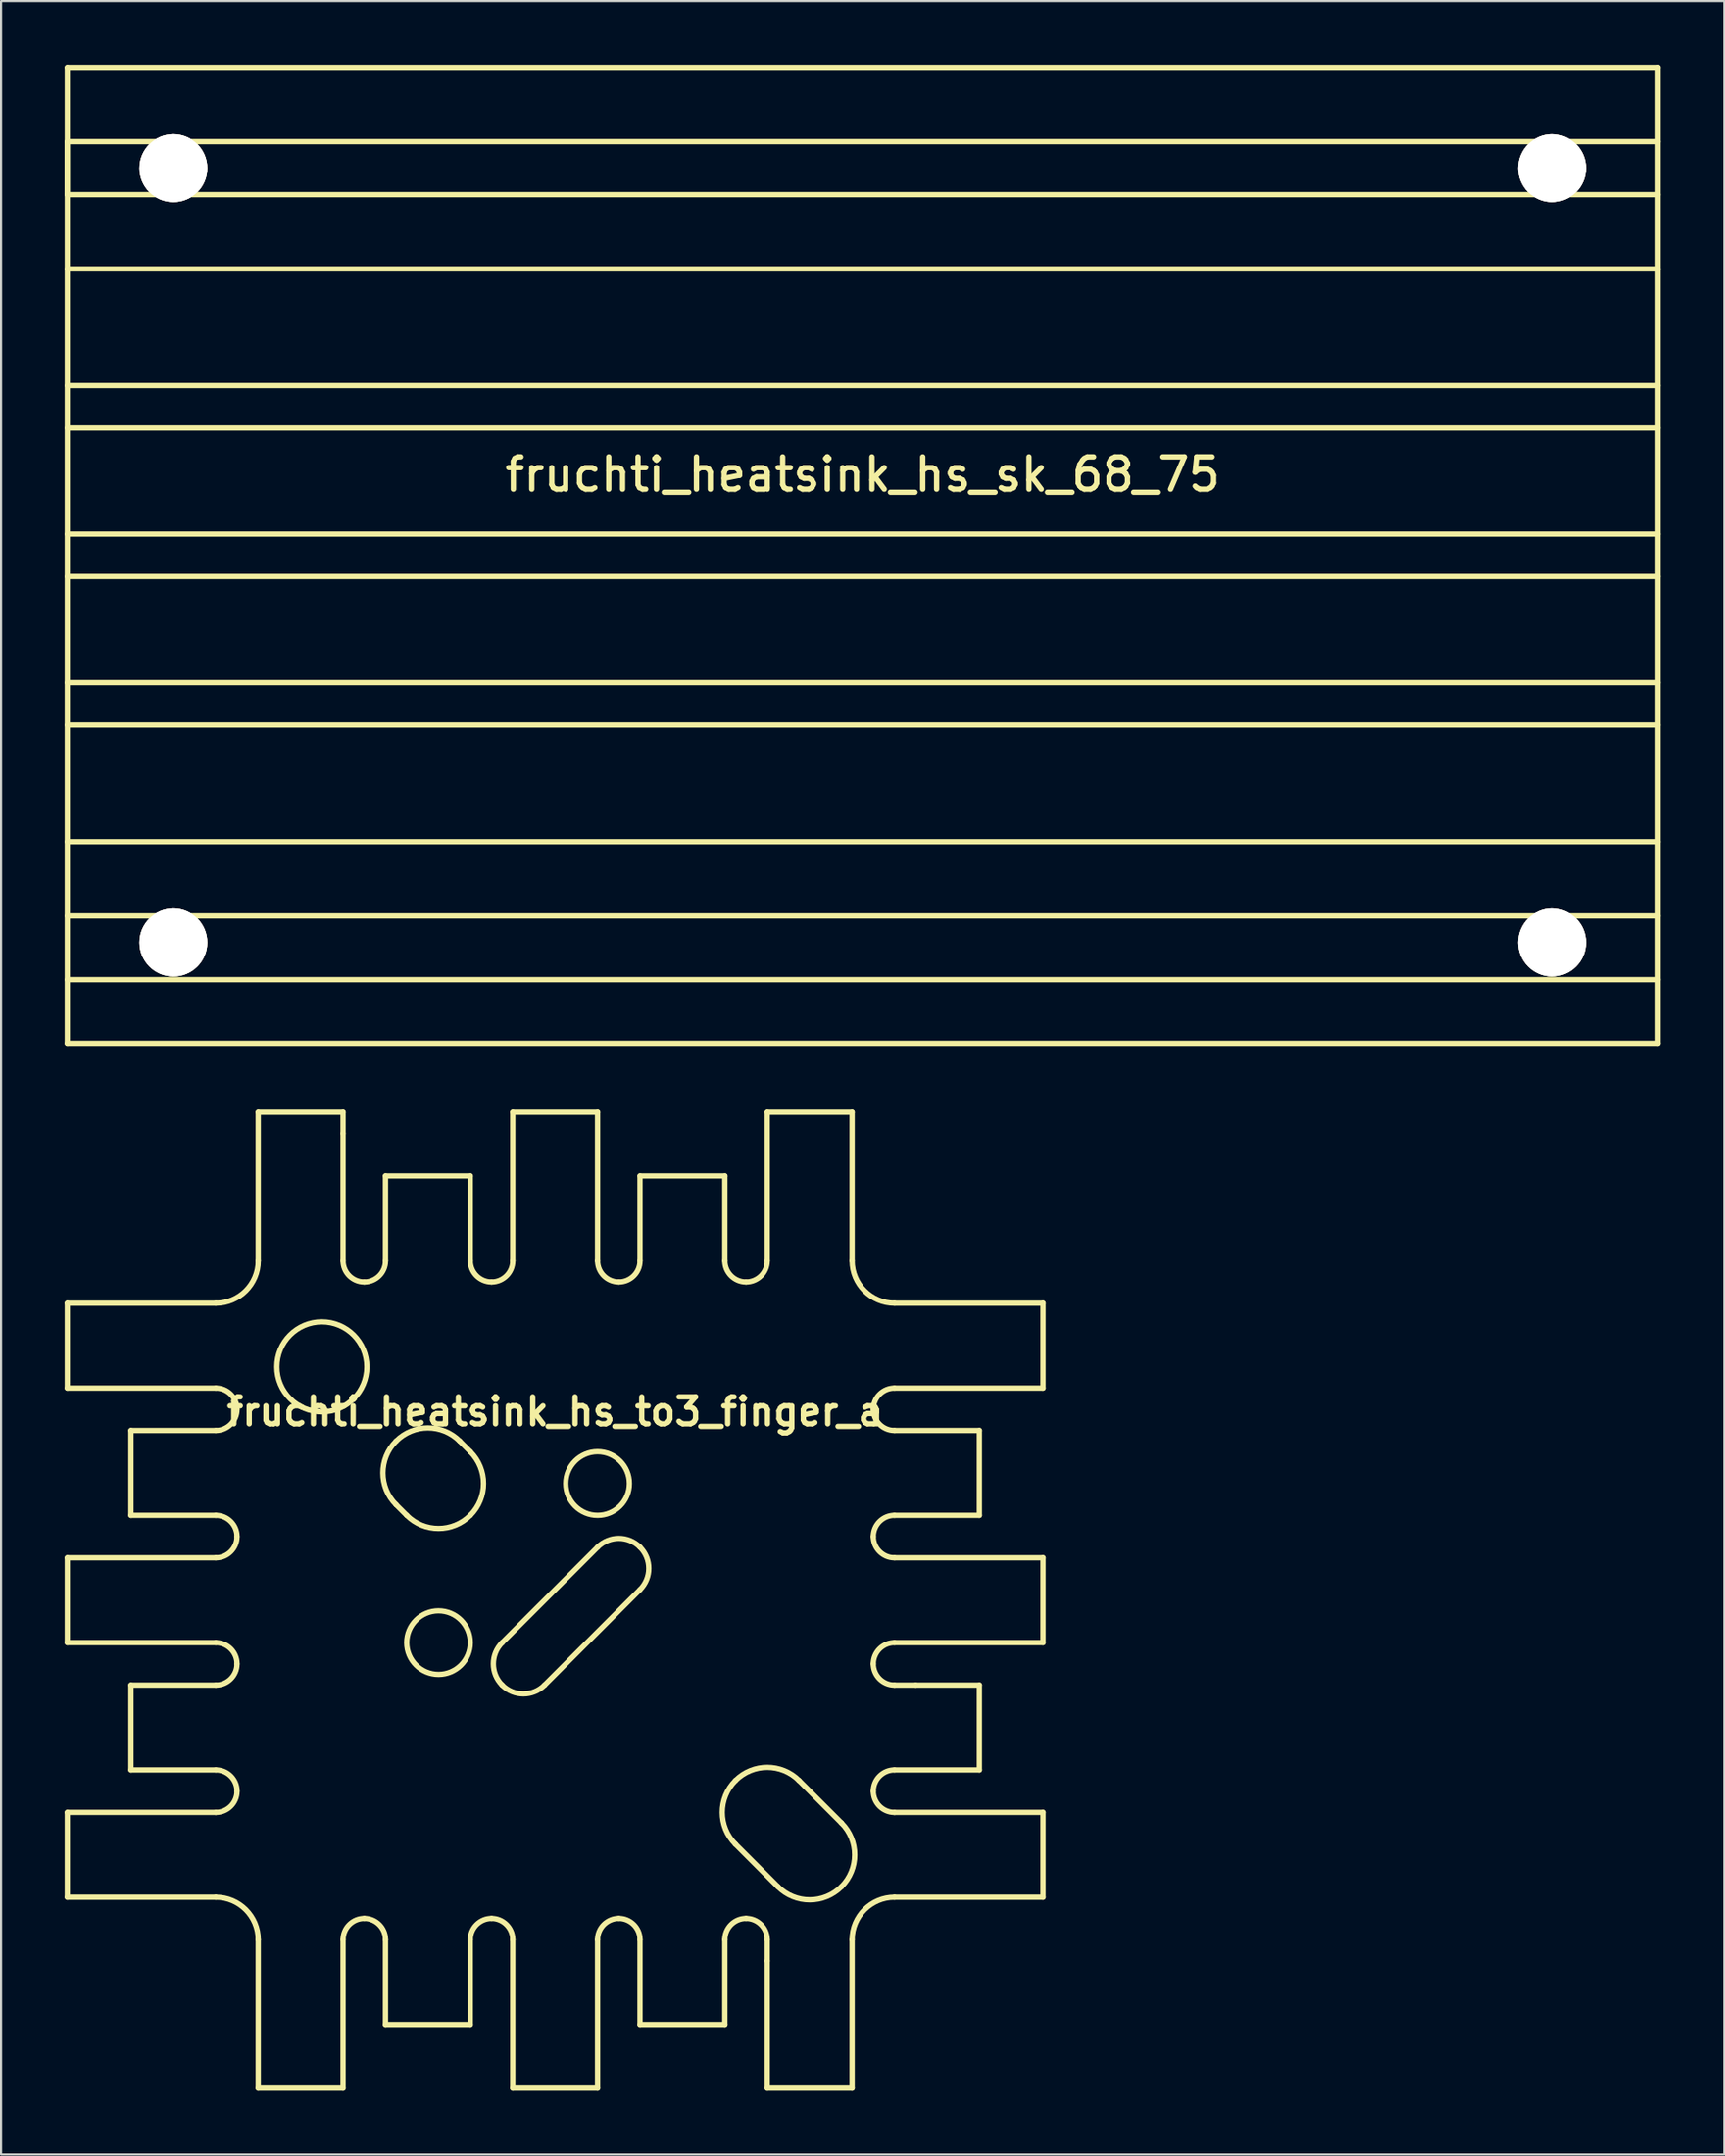
<source format=kicad_pcb>
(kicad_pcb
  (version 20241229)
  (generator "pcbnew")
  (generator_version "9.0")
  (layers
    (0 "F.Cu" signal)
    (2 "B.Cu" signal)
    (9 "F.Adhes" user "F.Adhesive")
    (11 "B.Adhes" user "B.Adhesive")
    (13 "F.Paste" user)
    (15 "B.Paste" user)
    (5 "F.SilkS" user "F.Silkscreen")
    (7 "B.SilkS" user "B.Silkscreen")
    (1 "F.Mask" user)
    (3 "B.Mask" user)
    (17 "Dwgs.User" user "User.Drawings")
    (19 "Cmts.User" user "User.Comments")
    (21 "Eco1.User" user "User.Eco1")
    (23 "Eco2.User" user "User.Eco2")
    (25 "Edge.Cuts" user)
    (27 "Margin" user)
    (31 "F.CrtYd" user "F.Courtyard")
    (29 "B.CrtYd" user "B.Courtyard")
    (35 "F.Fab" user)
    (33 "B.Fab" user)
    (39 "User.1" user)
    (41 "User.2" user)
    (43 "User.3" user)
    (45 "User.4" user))
  (footprint "fruchti_heatsink_hs_sk_68_75"
    (layer "F.Cu")
    (at 37.625 23.125)
    (property "Reference" "fruchti_heatsink_hs_sk_68_75" (at 0 -3.81 0) (layer "F.SilkS") (effects (font (size 1.524 1.524) (thickness 0.25))))
    (attr through_hole)
    (fp_line (start -37.5 -23) (end -37.5 23) (stroke (width 0.25) (type solid)) (layer "F.SilkS"))
    (fp_line (start -37.5 -19.5) (end -37.5 -17) (stroke (width 0.25) (type solid)) (layer "F.SilkS"))
    (fp_line (start -37.5 -17) (end 37.5 -17) (stroke (width 0.25) (type solid)) (layer "F.SilkS"))
    (fp_line (start -37.5 -13.5) (end 37.5 -13.5) (stroke (width 0.25) (type solid)) (layer "F.SilkS"))
    (fp_line (start -37.5 -6) (end 37.5 -6) (stroke (width 0.25) (type solid)) (layer "F.SilkS"))
    (fp_line (start -37.5 1) (end 37.5 1) (stroke (width 0.25) (type solid)) (layer "F.SilkS"))
    (fp_line (start -37.5 8) (end 37.5 8) (stroke (width 0.25) (type solid)) (layer "F.SilkS"))
    (fp_line (start -37.5 20) (end 37.5 20) (stroke (width 0.25) (type solid)) (layer "F.SilkS"))
    (fp_line (start -37.5 23) (end 37.5 23) (stroke (width 0.25) (type solid)) (layer "F.SilkS"))
    (fp_line (start 37.5 -23) (end -37.5 -23) (stroke (width 0.25) (type solid)) (layer "F.SilkS"))
    (fp_line (start 37.5 -19.5) (end -37.5 -19.5) (stroke (width 0.25) (type solid)) (layer "F.SilkS"))
    (fp_line (start 37.5 -8) (end -37.5 -8) (stroke (width 0.25) (type solid)) (layer "F.SilkS"))
    (fp_line (start 37.5 -1) (end -37.5 -1) (stroke (width 0.25) (type solid)) (layer "F.SilkS"))
    (fp_line (start 37.5 6) (end -37.5 6) (stroke (width 0.25) (type solid)) (layer "F.SilkS"))
    (fp_line (start 37.5 13.5) (end -37.5 13.5) (stroke (width 0.25) (type solid)) (layer "F.SilkS"))
    (fp_line (start 37.5 17) (end -37.5 17) (stroke (width 0.25) (type solid)) (layer "F.SilkS"))
    (fp_line (start 37.5 23) (end 37.5 -23) (stroke (width 0.25) (type solid)) (layer "F.SilkS"))
    (pad "T" thru_hole circle (at -32.5 -18.25) (size 3.2 3.2) (drill 3.2) (layers "*.Cu" "*.Mask" "F.SilkS"))
    (pad "T" thru_hole circle (at -32.5 18.25) (size 3.2 3.2) (drill 3.2) (layers "*.Cu" "*.Mask" "F.SilkS"))
    (pad "T" thru_hole circle (at 32.5 -18.25) (size 3.2 3.2) (drill 3.2) (layers "*.Cu" "*.Mask" "F.SilkS"))
    (pad "T" thru_hole circle (at 32.5 18.25) (size 3.2 3.2) (drill 3.2) (layers "*.Cu" "*.Mask" "F.SilkS")))
  (footprint "fruchti_heatsink_hs_to3_finger_a"
    (layer "F.Cu")
    (at 23.125 72.375)
    (property "Reference" "fruchti_heatsink_hs_to3_finger_a" (at 0 -8.89 0) (layer "F.SilkS") (effects (font (size 1.27 1.27) (thickness 0.25))))
    (attr through_hole)
    (fp_line (start -23 -14) (end -23 -10) (stroke (width 0.25) (type solid)) (layer "F.SilkS"))
    (fp_line (start -23 2) (end -23 -2) (stroke (width 0.25) (type solid)) (layer "F.SilkS"))
    (fp_line (start -23 14) (end -23 10) (stroke (width 0.25) (type solid)) (layer "F.SilkS"))
    (fp_line (start -20 -4) (end -20 -8) (stroke (width 0.25) (type solid)) (layer "F.SilkS"))
    (fp_line (start -20 8) (end -20 4) (stroke (width 0.25) (type solid)) (layer "F.SilkS"))
    (fp_line (start -16 -14) (end -23 -14) (stroke (width 0.25) (type solid)) (layer "F.SilkS"))
    (fp_line (start -16 -10) (end -23 -10) (stroke (width 0.25) (type solid)) (layer "F.SilkS"))
    (fp_line (start -16 -8) (end -20 -8) (stroke (width 0.25) (type solid)) (layer "F.SilkS"))
    (fp_line (start -16 -4) (end -20 -4) (stroke (width 0.25) (type solid)) (layer "F.SilkS"))
    (fp_line (start -16 -2) (end -23 -2) (stroke (width 0.25) (type solid)) (layer "F.SilkS"))
    (fp_line (start -16 2) (end -23 2) (stroke (width 0.25) (type solid)) (layer "F.SilkS"))
    (fp_line (start -16 4) (end -20 4) (stroke (width 0.25) (type solid)) (layer "F.SilkS"))
    (fp_line (start -16 8) (end -20 8) (stroke (width 0.25) (type solid)) (layer "F.SilkS"))
    (fp_line (start -16 10) (end -23 10) (stroke (width 0.25) (type solid)) (layer "F.SilkS"))
    (fp_line (start -16 14) (end -23 14) (stroke (width 0.25) (type solid)) (layer "F.SilkS"))
    (fp_line (start -14 -23) (end -10 -23) (stroke (width 0.25) (type solid)) (layer "F.SilkS"))
    (fp_line (start -14 -16) (end -14 -23) (stroke (width 0.25) (type solid)) (layer "F.SilkS"))
    (fp_line (start -14 23) (end -14 16) (stroke (width 0.25) (type solid)) (layer "F.SilkS"))
    (fp_line (start -10 -22) (end -10 -23) (stroke (width 0.25) (type solid)) (layer "F.SilkS"))
    (fp_line (start -10 -16) (end -10 -22) (stroke (width 0.25) (type solid)) (layer "F.SilkS"))
    (fp_line (start -10 23) (end -14 23) (stroke (width 0.25) (type solid)) (layer "F.SilkS"))
    (fp_line (start -10 23) (end -10 16) (stroke (width 0.25) (type solid)) (layer "F.SilkS"))
    (fp_line (start -8 -20) (end -4 -20) (stroke (width 0.25) (type solid)) (layer "F.SilkS"))
    (fp_line (start -8 -16) (end -8 -20) (stroke (width 0.25) (type solid)) (layer "F.SilkS"))
    (fp_line (start -8 20) (end -8 16) (stroke (width 0.25) (type solid)) (layer "F.SilkS"))
    (fp_line (start -7 -4) (end -7.5 -4.5) (stroke (width 0.25) (type solid)) (layer "F.SilkS"))
    (fp_line (start -4 -16) (end -4 -20) (stroke (width 0.25) (type solid)) (layer "F.SilkS"))
    (fp_line (start -4 -7) (end -4.5 -7.5) (stroke (width 0.25) (type solid)) (layer "F.SilkS"))
    (fp_line (start -4 20) (end -8 20) (stroke (width 0.25) (type solid)) (layer "F.SilkS"))
    (fp_line (start -4 20) (end -4 16) (stroke (width 0.25) (type solid)) (layer "F.SilkS"))
    (fp_line (start -2.5 2) (end 2 -2.5) (stroke (width 0.25) (type solid)) (layer "F.SilkS"))
    (fp_line (start -2 -23) (end 2 -23) (stroke (width 0.25) (type solid)) (layer "F.SilkS"))
    (fp_line (start -2 -16) (end -2 -23) (stroke (width 0.25) (type solid)) (layer "F.SilkS"))
    (fp_line (start -2 23) (end -2 16) (stroke (width 0.25) (type solid)) (layer "F.SilkS"))
    (fp_line (start -0.5 4) (end 4 -0.5) (stroke (width 0.25) (type solid)) (layer "F.SilkS"))
    (fp_line (start 2 -16) (end 2 -23) (stroke (width 0.25) (type solid)) (layer "F.SilkS"))
    (fp_line (start 2 23) (end -2 23) (stroke (width 0.25) (type solid)) (layer "F.SilkS"))
    (fp_line (start 2 23) (end 2 16) (stroke (width 0.25) (type solid)) (layer "F.SilkS"))
    (fp_line (start 4 -20) (end 8 -20) (stroke (width 0.25) (type solid)) (layer "F.SilkS"))
    (fp_line (start 4 -16) (end 4 -20) (stroke (width 0.25) (type solid)) (layer "F.SilkS"))
    (fp_line (start 4 20) (end 4 16) (stroke (width 0.25) (type solid)) (layer "F.SilkS"))
    (fp_line (start 8 -16) (end 8 -20) (stroke (width 0.25) (type solid)) (layer "F.SilkS"))
    (fp_line (start 8 20) (end 4 20) (stroke (width 0.25) (type solid)) (layer "F.SilkS"))
    (fp_line (start 8 20) (end 8 16) (stroke (width 0.25) (type solid)) (layer "F.SilkS"))
    (fp_line (start 10 -23) (end 14 -23) (stroke (width 0.25) (type solid)) (layer "F.SilkS"))
    (fp_line (start 10 -16) (end 10 -23) (stroke (width 0.25) (type solid)) (layer "F.SilkS"))
    (fp_line (start 10 17) (end 10 16) (stroke (width 0.25) (type solid)) (layer "F.SilkS"))
    (fp_line (start 10 23) (end 10 17) (stroke (width 0.25) (type solid)) (layer "F.SilkS"))
    (fp_line (start 10.5 13.5) (end 8.5 11.5) (stroke (width 0.25) (type solid)) (layer "F.SilkS"))
    (fp_line (start 13.5 10.5) (end 11.5 8.5) (stroke (width 0.25) (type solid)) (layer "F.SilkS"))
    (fp_line (start 14 -16) (end 14 -23) (stroke (width 0.25) (type solid)) (layer "F.SilkS"))
    (fp_line (start 14 23) (end 10 23) (stroke (width 0.25) (type solid)) (layer "F.SilkS"))
    (fp_line (start 14 23) (end 14 16) (stroke (width 0.25) (type solid)) (layer "F.SilkS"))
    (fp_line (start 17 4) (end 16 4) (stroke (width 0.25) (type solid)) (layer "F.SilkS"))
    (fp_line (start 20 -8) (end 16 -8) (stroke (width 0.25) (type solid)) (layer "F.SilkS"))
    (fp_line (start 20 -8) (end 20 -4) (stroke (width 0.25) (type solid)) (layer "F.SilkS"))
    (fp_line (start 20 -4) (end 16 -4) (stroke (width 0.25) (type solid)) (layer "F.SilkS"))
    (fp_line (start 20 4) (end 17 4) (stroke (width 0.25) (type solid)) (layer "F.SilkS"))
    (fp_line (start 20 4) (end 20 8) (stroke (width 0.25) (type solid)) (layer "F.SilkS"))
    (fp_line (start 20 8) (end 16 8) (stroke (width 0.25) (type solid)) (layer "F.SilkS"))
    (fp_line (start 23 -14) (end 16 -14) (stroke (width 0.25) (type solid)) (layer "F.SilkS"))
    (fp_line (start 23 -10) (end 16 -10) (stroke (width 0.25) (type solid)) (layer "F.SilkS"))
    (fp_line (start 23 -10) (end 23 -14) (stroke (width 0.25) (type solid)) (layer "F.SilkS"))
    (fp_line (start 23 -2) (end 16 -2) (stroke (width 0.25) (type solid)) (layer "F.SilkS"))
    (fp_line (start 23 -2) (end 23 2) (stroke (width 0.25) (type solid)) (layer "F.SilkS"))
    (fp_line (start 23 2) (end 16 2) (stroke (width 0.25) (type solid)) (layer "F.SilkS"))
    (fp_line (start 23 10) (end 16 10) (stroke (width 0.25) (type solid)) (layer "F.SilkS"))
    (fp_line (start 23 10) (end 23 14) (stroke (width 0.25) (type solid)) (layer "F.SilkS"))
    (fp_line (start 23 14) (end 16 14) (stroke (width 0.25) (type solid)) (layer "F.SilkS"))
    (fp_arc (start -16 -10) (mid -15.292893 -9.707107) (end -15 -9) (stroke (width 0.25) (type solid)) (layer "F.SilkS"))
    (fp_arc (start -16 -4) (mid -15.292893 -3.707107) (end -15 -3) (stroke (width 0.25) (type solid)) (layer "F.SilkS"))
    (fp_arc (start -16 2) (mid -15.292893 2.292893) (end -15 3) (stroke (width 0.25) (type solid)) (layer "F.SilkS"))
    (fp_arc (start -16 8) (mid -15.292893 8.292893) (end -15 9) (stroke (width 0.25) (type solid)) (layer "F.SilkS"))
    (fp_arc (start -16 14) (mid -14.585786 14.585786) (end -14 16) (stroke (width 0.25) (type solid)) (layer "F.SilkS"))
    (fp_arc (start -15 -9) (mid -15.292893 -8.292893) (end -16 -8) (stroke (width 0.25) (type solid)) (layer "F.SilkS"))
    (fp_arc (start -15 -3) (mid -15.292893 -2.292893) (end -16 -2) (stroke (width 0.25) (type solid)) (layer "F.SilkS"))
    (fp_arc (start -15 3) (mid -15.292893 3.707107) (end -16 4) (stroke (width 0.25) (type solid)) (layer "F.SilkS"))
    (fp_arc (start -15 9) (mid -15.292893 9.707107) (end -16 10) (stroke (width 0.25) (type solid)) (layer "F.SilkS"))
    (fp_arc (start -14 -16) (mid -14.585786 -14.585786) (end -16 -14) (stroke (width 0.25) (type solid)) (layer "F.SilkS"))
    (fp_arc (start -10 16) (mid -9.707107 15.292893) (end -9 15) (stroke (width 0.25) (type solid)) (layer "F.SilkS"))
    (fp_arc (start -9 -15) (mid -9.707107 -15.292893) (end -10 -16) (stroke (width 0.25) (type solid)) (layer "F.SilkS"))
    (fp_arc (start -9 15) (mid -8.292893 15.292893) (end -8 16) (stroke (width 0.25) (type solid)) (layer "F.SilkS"))
    (fp_arc (start -8 -16) (mid -8.292893 -15.292893) (end -9 -15) (stroke (width 0.25) (type solid)) (layer "F.SilkS"))
    (fp_arc (start -7.5 -7.5) (mid -6 -8.12132) (end -4.5 -7.5) (stroke (width 0.25) (type solid)) (layer "F.SilkS"))
    (fp_arc (start -7.5 -4.5) (mid -8.12132 -6) (end -7.5 -7.5) (stroke (width 0.25) (type solid)) (layer "F.SilkS"))
    (fp_arc (start -4 -7) (mid -3.37868 -5.5) (end -4 -4) (stroke (width 0.25) (type solid)) (layer "F.SilkS"))
    (fp_arc (start -4 -4) (mid -5.5 -3.37868) (end -7 -4) (stroke (width 0.25) (type solid)) (layer "F.SilkS"))
    (fp_arc (start -4 16) (mid -3.707107 15.292893) (end -3 15) (stroke (width 0.25) (type solid)) (layer "F.SilkS"))
    (fp_arc (start -3 -15) (mid -3.707107 -15.292893) (end -4 -16) (stroke (width 0.25) (type solid)) (layer "F.SilkS"))
    (fp_arc (start -3 15) (mid -2.292893 15.292893) (end -2 16) (stroke (width 0.25) (type solid)) (layer "F.SilkS"))
    (fp_arc (start -2.5 4) (mid -2.914214 3) (end -2.5 2) (stroke (width 0.25) (type solid)) (layer "F.SilkS"))
    (fp_arc (start -2 -16) (mid -2.292893 -15.292893) (end -3 -15) (stroke (width 0.25) (type solid)) (layer "F.SilkS"))
    (fp_arc (start -0.5 4) (mid -1.5 4.414214) (end -2.5 4) (stroke (width 0.25) (type solid)) (layer "F.SilkS"))
    (fp_arc (start 2 -2.5) (mid 3 -2.914214) (end 4 -2.5) (stroke (width 0.25) (type solid)) (layer "F.SilkS"))
    (fp_arc (start 2 16) (mid 2.292893 15.292893) (end 3 15) (stroke (width 0.25) (type solid)) (layer "F.SilkS"))
    (fp_arc (start 3 -15) (mid 2.292893 -15.292893) (end 2 -16) (stroke (width 0.25) (type solid)) (layer "F.SilkS"))
    (fp_arc (start 3 15) (mid 3.707107 15.292893) (end 4 16) (stroke (width 0.25) (type solid)) (layer "F.SilkS"))
    (fp_arc (start 4 -16) (mid 3.707107 -15.292893) (end 3 -15) (stroke (width 0.25) (type solid)) (layer "F.SilkS"))
    (fp_arc (start 4 -2.5) (mid 4.414214 -1.5) (end 4 -0.5) (stroke (width 0.25) (type solid)) (layer "F.SilkS"))
    (fp_arc (start 8 16) (mid 8.292893 15.292893) (end 9 15) (stroke (width 0.25) (type solid)) (layer "F.SilkS"))
    (fp_arc (start 8.5 8.5) (mid 10 7.87868) (end 11.5 8.5) (stroke (width 0.25) (type solid)) (layer "F.SilkS"))
    (fp_arc (start 8.5 11.5) (mid 7.87868 10) (end 8.5 8.5) (stroke (width 0.25) (type solid)) (layer "F.SilkS"))
    (fp_arc (start 9 -15) (mid 8.292893 -15.292893) (end 8 -16) (stroke (width 0.25) (type solid)) (layer "F.SilkS"))
    (fp_arc (start 9 15) (mid 9.707107 15.292893) (end 10 16) (stroke (width 0.25) (type solid)) (layer "F.SilkS"))
    (fp_arc (start 10 -16) (mid 9.707107 -15.292893) (end 9 -15) (stroke (width 0.25) (type solid)) (layer "F.SilkS"))
    (fp_arc (start 13.5 10.5) (mid 14.12132 12) (end 13.5 13.5) (stroke (width 0.25) (type solid)) (layer "F.SilkS"))
    (fp_arc (start 13.5 13.5) (mid 12 14.12132) (end 10.5 13.5) (stroke (width 0.25) (type solid)) (layer "F.SilkS"))
    (fp_arc (start 14 16) (mid 14.585786 14.585786) (end 16 14) (stroke (width 0.25) (type solid)) (layer "F.SilkS"))
    (fp_arc (start 15 -9) (mid 15.292893 -9.707107) (end 16 -10) (stroke (width 0.25) (type solid)) (layer "F.SilkS"))
    (fp_arc (start 15 -3) (mid 15.292893 -3.707107) (end 16 -4) (stroke (width 0.25) (type solid)) (layer "F.SilkS"))
    (fp_arc (start 15 3) (mid 15.292893 2.292893) (end 16 2) (stroke (width 0.25) (type solid)) (layer "F.SilkS"))
    (fp_arc (start 15 9) (mid 15.292893 8.292893) (end 16 8) (stroke (width 0.25) (type solid)) (layer "F.SilkS"))
    (fp_arc (start 16 -14) (mid 14.585786 -14.585786) (end 14 -16) (stroke (width 0.25) (type solid)) (layer "F.SilkS"))
    (fp_arc (start 16 -8) (mid 15.292893 -8.292893) (end 15 -9) (stroke (width 0.25) (type solid)) (layer "F.SilkS"))
    (fp_arc (start 16 -2) (mid 15.292893 -2.292893) (end 15 -3) (stroke (width 0.25) (type solid)) (layer "F.SilkS"))
    (fp_arc (start 16 4) (mid 15.292893 3.707107) (end 15 3) (stroke (width 0.25) (type solid)) (layer "F.SilkS"))
    (fp_arc (start 16 10) (mid 15.292893 9.707107) (end 15 9) (stroke (width 0.25) (type solid)) (layer "F.SilkS"))
    (fp_circle (center -11 -11) (end -12.5 -9.5) (stroke (width 0.25) (type solid)) (fill no) (layer "F.SilkS"))
    (fp_circle (center -5.5 2) (end -5.5 3.5) (stroke (width 0.25) (type solid)) (fill no) (layer "F.SilkS"))
    (fp_circle (center 2 -5.5) (end 2 -4) (stroke (width 0.25) (type solid)) (fill no) (layer "F.SilkS")))
  (gr_rect
    (start -3 -3)
    (end 78.25 98.5)
    (stroke (width 0.1) (type default))
    (fill no)
    (layer "Edge.Cuts")))
</source>
